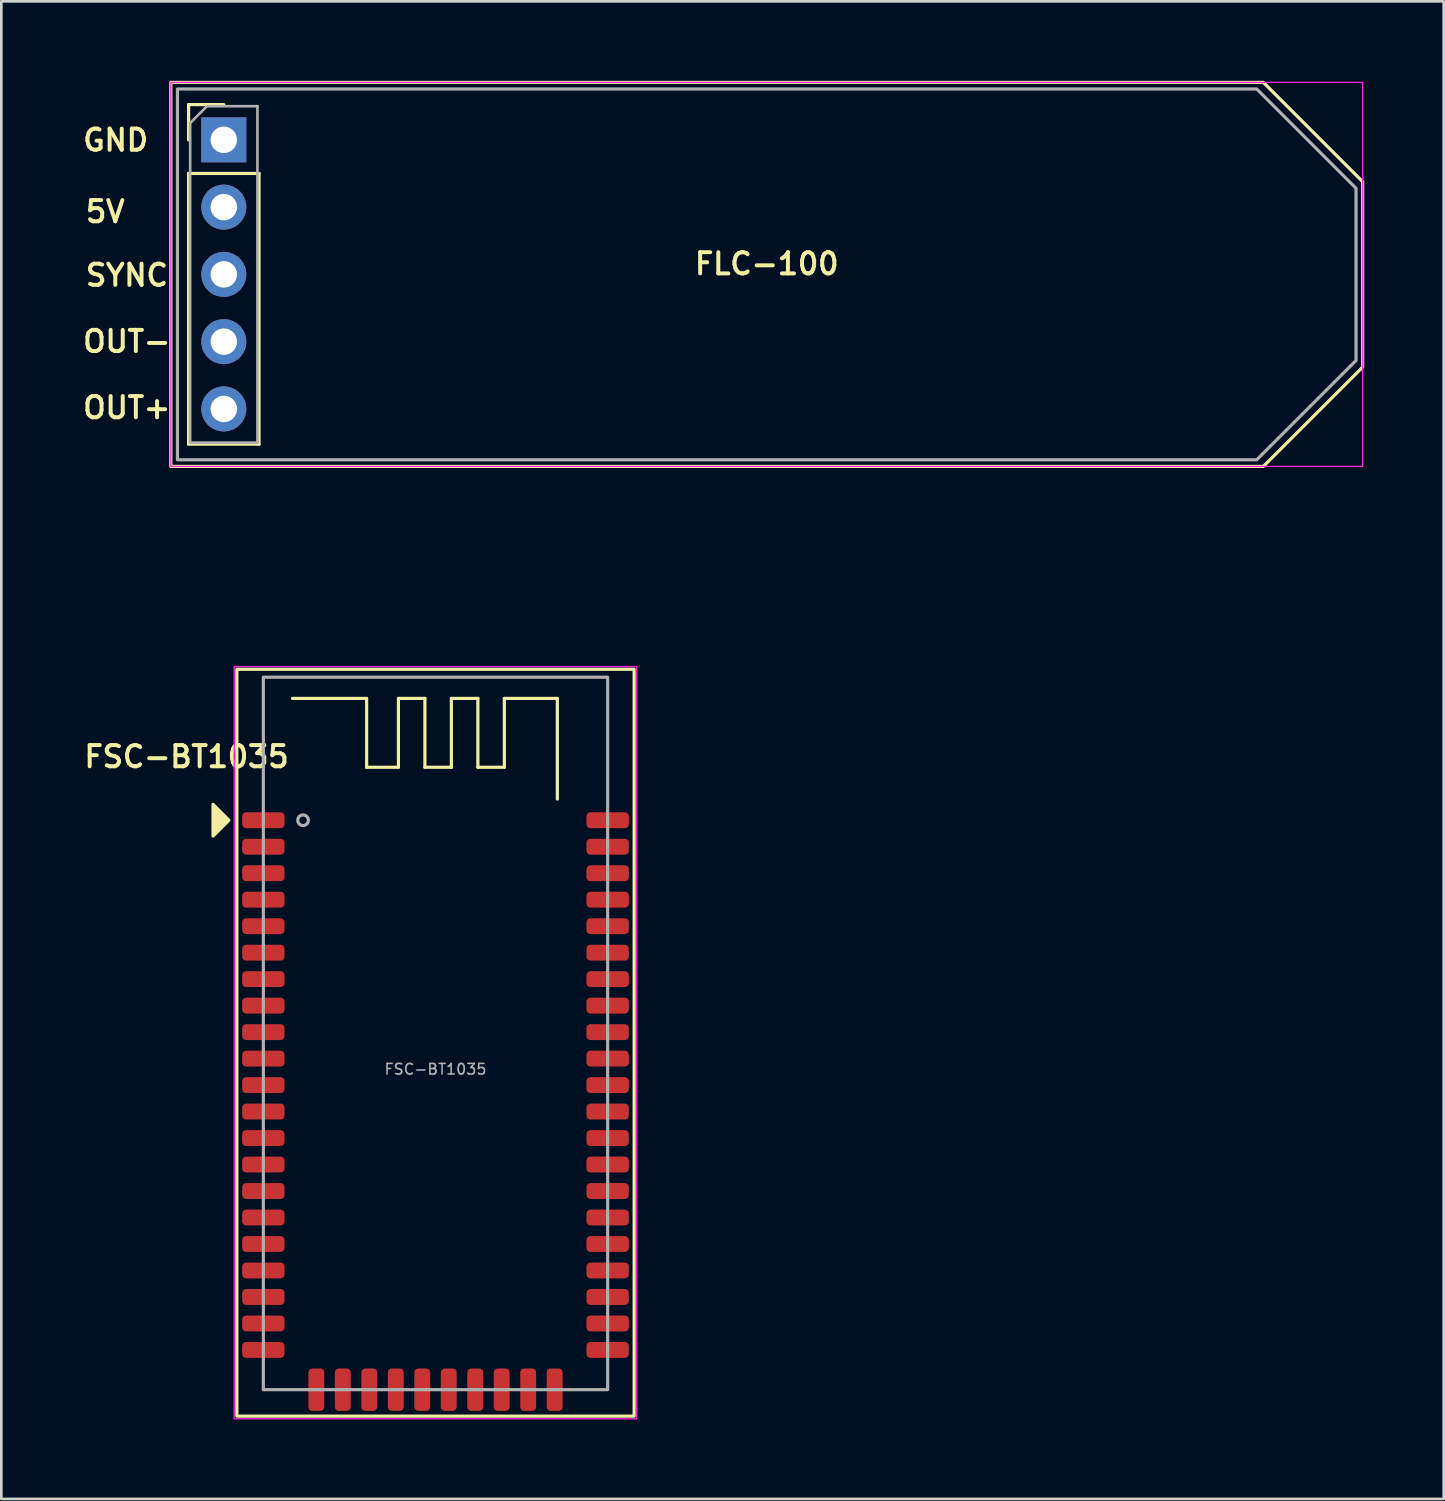
<source format=kicad_pcb>
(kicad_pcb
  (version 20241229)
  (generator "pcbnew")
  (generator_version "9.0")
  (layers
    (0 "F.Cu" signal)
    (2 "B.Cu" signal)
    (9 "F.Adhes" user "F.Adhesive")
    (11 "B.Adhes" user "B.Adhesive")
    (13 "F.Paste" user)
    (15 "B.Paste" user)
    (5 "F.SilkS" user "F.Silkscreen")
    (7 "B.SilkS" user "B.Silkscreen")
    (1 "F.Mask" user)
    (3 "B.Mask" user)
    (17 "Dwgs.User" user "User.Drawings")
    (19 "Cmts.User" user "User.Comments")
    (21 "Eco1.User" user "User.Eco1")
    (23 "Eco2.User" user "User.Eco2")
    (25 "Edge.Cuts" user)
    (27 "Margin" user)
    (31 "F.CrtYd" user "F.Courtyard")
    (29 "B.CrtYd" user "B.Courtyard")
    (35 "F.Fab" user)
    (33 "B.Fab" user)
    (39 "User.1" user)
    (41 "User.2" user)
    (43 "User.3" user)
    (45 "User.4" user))
  (footprint "FSC-BT1035"
    (layer "F.Cu")
    (at 13.393 36.92)
    (property "Reference" "FSC-BT1035" (at -9.4 -11.4 0) (unlocked yes) (layer "F.SilkS") (effects (font (size 0.8 0.8) (thickness 0.15))))
    (attr smd)
    (fp_line (start -2.6 -13.6) (end -5.4 -13.6) (stroke (width 0.12) (type default)) (layer "F.SilkS"))
    (fp_line (start -2.6 -11) (end -2.6 -13.6) (stroke (width 0.12) (type default)) (layer "F.SilkS"))
    (fp_line (start -1.4 -13.6) (end -1.4 -11) (stroke (width 0.12) (type default)) (layer "F.SilkS"))
    (fp_line (start -1.4 -11) (end -2.6 -11) (stroke (width 0.12) (type default)) (layer "F.SilkS"))
    (fp_line (start -0.4 -13.6) (end -1.4 -13.6) (stroke (width 0.12) (type default)) (layer "F.SilkS"))
    (fp_line (start -0.4 -11) (end -0.4 -13.6) (stroke (width 0.12) (type default)) (layer "F.SilkS"))
    (fp_line (start 0.6 -13.6) (end 0.6 -11) (stroke (width 0.12) (type default)) (layer "F.SilkS"))
    (fp_line (start 0.6 -11) (end -0.4 -11) (stroke (width 0.12) (type default)) (layer "F.SilkS"))
    (fp_line (start 1.6 -13.6) (end 0.6 -13.6) (stroke (width 0.12) (type default)) (layer "F.SilkS"))
    (fp_line (start 1.6 -11) (end 1.6 -13.6) (stroke (width 0.12) (type default)) (layer "F.SilkS"))
    (fp_line (start 2.6 -13.6) (end 2.6 -11) (stroke (width 0.12) (type default)) (layer "F.SilkS"))
    (fp_line (start 2.6 -11) (end 1.6 -11) (stroke (width 0.12) (type default)) (layer "F.SilkS"))
    (fp_line (start 4.6 -13.6) (end 2.6 -13.6) (stroke (width 0.12) (type default)) (layer "F.SilkS"))
    (fp_line (start 4.6 -9.8) (end 4.6 -13.6) (stroke (width 0.12) (type default)) (layer "F.SilkS"))
    (fp_rect (start -7.5 -14.7) (end 7.5 13.5) (stroke (width 0.12) (type default)) (fill no) (layer "F.SilkS"))
    (fp_poly (pts (xy -7.8 -9) (xy -8.4 -9.6) (xy -8.4 -8.4)) (stroke (width 0.12) (type solid)) (fill yes) (layer "F.SilkS"))
    (fp_rect (start -7.6 -14.8) (end 7.6 13.6) (stroke (width 0.05) (type default)) (fill no) (layer "F.CrtYd"))
    (fp_rect (start -6.5 -14.4) (end 6.5 12.5) (stroke (width 0.12) (type default)) (fill no) (layer "F.Fab"))
    (fp_circle (center -5 -9) (end -4.8 -9) (stroke (width 0.12) (type solid)) (fill no) (layer "F.Fab"))
    (fp_text user "${REFERENCE}" (at 0 0.4 0) (unlocked yes) (layer "F.Fab") (effects (font (size 0.4 0.4) (thickness 0.06))))
    (pad "1" smd roundrect (at -6.5 -9) (size 1.6 0.6) (layers "F.Cu" "F.Mask" "F.Paste") (roundrect_rratio 0.25))
    (pad "2" smd roundrect (at -6.5 -8) (size 1.6 0.6) (layers "F.Cu" "F.Mask" "F.Paste") (roundrect_rratio 0.25))
    (pad "3" smd roundrect (at -6.5 -7) (size 1.6 0.6) (layers "F.Cu" "F.Mask" "F.Paste") (roundrect_rratio 0.25))
    (pad "4" smd roundrect (at -6.5 -6) (size 1.6 0.6) (layers "F.Cu" "F.Mask" "F.Paste") (roundrect_rratio 0.25))
    (pad "5" smd roundrect (at -6.5 -5) (size 1.6 0.6) (layers "F.Cu" "F.Mask" "F.Paste") (roundrect_rratio 0.25))
    (pad "6" smd roundrect (at -6.5 -4) (size 1.6 0.6) (layers "F.Cu" "F.Mask" "F.Paste") (roundrect_rratio 0.25))
    (pad "7" smd roundrect (at -6.5 -3) (size 1.6 0.6) (layers "F.Cu" "F.Mask" "F.Paste") (roundrect_rratio 0.25))
    (pad "8" smd roundrect (at -6.5 -2) (size 1.6 0.6) (layers "F.Cu" "F.Mask" "F.Paste") (roundrect_rratio 0.25))
    (pad "9" smd roundrect (at -6.5 -1) (size 1.6 0.6) (layers "F.Cu" "F.Mask" "F.Paste") (roundrect_rratio 0.25))
    (pad "10" smd roundrect (at -6.5 0) (size 1.6 0.6) (layers "F.Cu" "F.Mask" "F.Paste") (roundrect_rratio 0.25))
    (pad "11" smd roundrect (at -6.5 1) (size 1.6 0.6) (layers "F.Cu" "F.Mask" "F.Paste") (roundrect_rratio 0.25))
    (pad "12" smd roundrect (at -6.5 2) (size 1.6 0.6) (layers "F.Cu" "F.Mask" "F.Paste") (roundrect_rratio 0.25))
    (pad "13" smd roundrect (at -6.5 3) (size 1.6 0.6) (layers "F.Cu" "F.Mask" "F.Paste") (roundrect_rratio 0.25))
    (pad "14" smd roundrect (at -6.5 4) (size 1.6 0.6) (layers "F.Cu" "F.Mask" "F.Paste") (roundrect_rratio 0.25))
    (pad "15" smd roundrect (at -6.5 5) (size 1.6 0.6) (layers "F.Cu" "F.Mask" "F.Paste") (roundrect_rratio 0.25))
    (pad "16" smd roundrect (at -6.5 6) (size 1.6 0.6) (layers "F.Cu" "F.Mask" "F.Paste") (roundrect_rratio 0.25))
    (pad "17" smd roundrect (at -6.5 7) (size 1.6 0.6) (layers "F.Cu" "F.Mask" "F.Paste") (roundrect_rratio 0.25))
    (pad "18" smd roundrect (at -6.5 8) (size 1.6 0.6) (layers "F.Cu" "F.Mask" "F.Paste") (roundrect_rratio 0.25))
    (pad "19" smd roundrect (at -6.5 9) (size 1.6 0.6) (layers "F.Cu" "F.Mask" "F.Paste") (roundrect_rratio 0.25))
    (pad "20" smd roundrect (at -6.5 10) (size 1.6 0.6) (layers "F.Cu" "F.Mask" "F.Paste") (roundrect_rratio 0.25))
    (pad "21" smd roundrect (at -6.5 11) (size 1.6 0.6) (layers "F.Cu" "F.Mask" "F.Paste") (roundrect_rratio 0.25))
    (pad "22" smd roundrect (at -4.5 12.5 90) (size 1.6 0.6) (layers "F.Cu" "F.Mask" "F.Paste") (roundrect_rratio 0.25))
    (pad "23" smd roundrect (at -3.5 12.5 90) (size 1.6 0.6) (layers "F.Cu" "F.Mask" "F.Paste") (roundrect_rratio 0.25))
    (pad "24" smd roundrect (at -2.5 12.5 90) (size 1.6 0.6) (layers "F.Cu" "F.Mask" "F.Paste") (roundrect_rratio 0.25))
    (pad "25" smd roundrect (at -1.5 12.5 90) (size 1.6 0.6) (layers "F.Cu" "F.Mask" "F.Paste") (roundrect_rratio 0.25))
    (pad "26" smd roundrect (at -0.5 12.5 90) (size 1.6 0.6) (layers "F.Cu" "F.Mask" "F.Paste") (roundrect_rratio 0.25))
    (pad "27" smd roundrect (at 0.5 12.5 90) (size 1.6 0.6) (layers "F.Cu" "F.Mask" "F.Paste") (roundrect_rratio 0.25))
    (pad "28" smd roundrect (at 1.5 12.5 90) (size 1.6 0.6) (layers "F.Cu" "F.Mask" "F.Paste") (roundrect_rratio 0.25))
    (pad "29" smd roundrect (at 2.5 12.5 90) (size 1.6 0.6) (layers "F.Cu" "F.Mask" "F.Paste") (roundrect_rratio 0.25))
    (pad "30" smd roundrect (at 3.5 12.5 90) (size 1.6 0.6) (layers "F.Cu" "F.Mask" "F.Paste") (roundrect_rratio 0.25))
    (pad "31" smd roundrect (at 4.5 12.5 90) (size 1.6 0.6) (layers "F.Cu" "F.Mask" "F.Paste") (roundrect_rratio 0.25))
    (pad "32" smd roundrect (at 6.5 11 180) (size 1.6 0.6) (layers "F.Cu" "F.Mask" "F.Paste") (roundrect_rratio 0.25))
    (pad "33" smd roundrect (at 6.5 10 180) (size 1.6 0.6) (layers "F.Cu" "F.Mask" "F.Paste") (roundrect_rratio 0.25))
    (pad "34" smd roundrect (at 6.5 9 180) (size 1.6 0.6) (layers "F.Cu" "F.Mask" "F.Paste") (roundrect_rratio 0.25))
    (pad "35" smd roundrect (at 6.5 8 180) (size 1.6 0.6) (layers "F.Cu" "F.Mask" "F.Paste") (roundrect_rratio 0.25))
    (pad "36" smd roundrect (at 6.5 7 180) (size 1.6 0.6) (layers "F.Cu" "F.Mask" "F.Paste") (roundrect_rratio 0.25))
    (pad "37" smd roundrect (at 6.5 6 180) (size 1.6 0.6) (layers "F.Cu" "F.Mask" "F.Paste") (roundrect_rratio 0.25))
    (pad "38" smd roundrect (at 6.5 5 180) (size 1.6 0.6) (layers "F.Cu" "F.Mask" "F.Paste") (roundrect_rratio 0.25))
    (pad "39" smd roundrect (at 6.5 4 180) (size 1.6 0.6) (layers "F.Cu" "F.Mask" "F.Paste") (roundrect_rratio 0.25))
    (pad "40" smd roundrect (at 6.5 3 180) (size 1.6 0.6) (layers "F.Cu" "F.Mask" "F.Paste") (roundrect_rratio 0.25))
    (pad "41" smd roundrect (at 6.5 2 180) (size 1.6 0.6) (layers "F.Cu" "F.Mask" "F.Paste") (roundrect_rratio 0.25))
    (pad "42" smd roundrect (at 6.5 1 180) (size 1.6 0.6) (layers "F.Cu" "F.Mask" "F.Paste") (roundrect_rratio 0.25))
    (pad "43" smd roundrect (at 6.5 0 180) (size 1.6 0.6) (layers "F.Cu" "F.Mask" "F.Paste") (roundrect_rratio 0.25))
    (pad "44" smd roundrect (at 6.5 -1 180) (size 1.6 0.6) (layers "F.Cu" "F.Mask" "F.Paste") (roundrect_rratio 0.25))
    (pad "45" smd roundrect (at 6.5 -2 180) (size 1.6 0.6) (layers "F.Cu" "F.Mask" "F.Paste") (roundrect_rratio 0.25))
    (pad "46" smd roundrect (at 6.5 -3 180) (size 1.6 0.6) (layers "F.Cu" "F.Mask" "F.Paste") (roundrect_rratio 0.25))
    (pad "47" smd roundrect (at 6.5 -4 180) (size 1.6 0.6) (layers "F.Cu" "F.Mask" "F.Paste") (roundrect_rratio 0.25))
    (pad "48" smd roundrect (at 6.5 -5 180) (size 1.6 0.6) (layers "F.Cu" "F.Mask" "F.Paste") (roundrect_rratio 0.25))
    (pad "49" smd roundrect (at 6.5 -6 180) (size 1.6 0.6) (layers "F.Cu" "F.Mask" "F.Paste") (roundrect_rratio 0.25))
    (pad "50" smd roundrect (at 6.5 -7 180) (size 1.6 0.6) (layers "F.Cu" "F.Mask" "F.Paste") (roundrect_rratio 0.25))
    (pad "51" smd roundrect (at 6.5 -8 180) (size 1.6 0.6) (layers "F.Cu" "F.Mask" "F.Paste") (roundrect_rratio 0.25))
    (pad "52" smd roundrect (at 6.5 -9 180) (size 1.6 0.6) (layers "F.Cu" "F.Mask" "F.Paste") (roundrect_rratio 0.25))
    (zone (net_name "") (layers "F.Cu" "B.Cu") (name "Antenna") (hatch edge 0.5) (connect_pads) (min_thickness 0.25) (filled_areas_thickness no) (keepout (tracks not_allowed) (vias not_allowed) (pads not_allowed) (copperpour not_allowed) (footprints not_allowed)) (placement (enabled no)) (fill) (polygon (pts (xy 24.893 27.62) (xy 24.893 17.62) (xy 1.893 17.62) (xy 1.893 27.62)))))
  (footprint "FLC-100"
    (layer "F.Cu")
    (at 25.9 7.31)
    (property "Reference" "FLC-100" (at 0 -0.4 0) (unlocked yes) (layer "F.SilkS") (effects (font (size 0.8 0.8) (thickness 0.15))))
    (attr through_hole)
    (fp_line (start -21.83 -6.41) (end -20.5 -6.41) (stroke (width 0.12) (type solid)) (layer "F.SilkS"))
    (fp_line (start -21.83 -5.08) (end -21.83 -6.41) (stroke (width 0.12) (type solid)) (layer "F.SilkS"))
    (fp_line (start -21.83 -3.81) (end -21.83 6.41) (stroke (width 0.12) (type solid)) (layer "F.SilkS"))
    (fp_line (start -21.83 -3.81) (end -19.17 -3.81) (stroke (width 0.12) (type solid)) (layer "F.SilkS"))
    (fp_line (start -21.83 6.41) (end -19.17 6.41) (stroke (width 0.12) (type solid)) (layer "F.SilkS"))
    (fp_line (start -19.17 -3.81) (end -19.17 6.41) (stroke (width 0.12) (type solid)) (layer "F.SilkS"))
    (fp_poly (pts (xy -22.5 -7.25) (xy -22.5 7.25) (xy 18.75 7.25) (xy 22.5 3.5) (xy 22.5 -3.5) (xy 18.75 -7.25)) (stroke (width 0.12) (type solid)) (fill no) (layer "F.SilkS"))
    (fp_rect (start -22.5 -7.25) (end 22.5 7.25) (stroke (width 0.05) (type default)) (fill no) (layer "F.CrtYd"))
    (fp_line (start -21.77 -5.715) (end -21.135 -6.35) (stroke (width 0.1) (type solid)) (layer "F.Fab"))
    (fp_line (start -21.77 6.35) (end -21.77 -5.715) (stroke (width 0.1) (type solid)) (layer "F.Fab"))
    (fp_line (start -21.135 -6.35) (end -19.23 -6.35) (stroke (width 0.1) (type solid)) (layer "F.Fab"))
    (fp_line (start -19.23 -6.35) (end -19.23 6.35) (stroke (width 0.1) (type solid)) (layer "F.Fab"))
    (fp_line (start -19.23 6.35) (end -21.77 6.35) (stroke (width 0.1) (type solid)) (layer "F.Fab"))
    (fp_poly (pts (xy -22.25 -7) (xy -22.25 7) (xy 18.5 7) (xy 22.25 3.25) (xy 22.25 -3.25) (xy 18.5 -7)) (stroke (width 0.12) (type solid)) (fill no) (layer "F.Fab"))
    (fp_text user "GND" (at -25.9 -4.6 0) (unlocked yes) (layer "F.SilkS") (effects (font (size 0.8 0.8) (thickness 0.15) (bold yes)) (justify left bottom)))
    (fp_text user "OUT-" (at -25.9 3 0) (unlocked yes) (layer "F.SilkS") (effects (font (size 0.8 0.8) (thickness 0.15) (bold yes)) (justify left bottom)))
    (fp_text user "5V" (at -25.8 -1.9 0) (unlocked yes) (layer "F.SilkS") (effects (font (size 0.8 0.8) (thickness 0.15) (bold yes)) (justify left bottom)))
    (fp_text user "OUT+" (at -25.9 5.5 0) (unlocked yes) (layer "F.SilkS") (effects (font (size 0.8 0.8) (thickness 0.15) (bold yes)) (justify left bottom)))
    (fp_text user "SYNC" (at -25.8 0.5 0) (unlocked yes) (layer "F.SilkS") (effects (font (size 0.8 0.8) (thickness 0.15) (bold yes)) (justify left bottom)))
    (pad "1" thru_hole rect (at -20.5 -5.08) (size 1.7 1.7) (drill 1) (layers "*.Cu" "*.Mask"))
    (pad "2" thru_hole oval (at -20.5 -2.54) (size 1.7 1.7) (drill 1) (layers "*.Cu" "*.Mask"))
    (pad "3" thru_hole oval (at -20.5 0) (size 1.7 1.7) (drill 1) (layers "*.Cu" "*.Mask"))
    (pad "4" thru_hole oval (at -20.5 2.54) (size 1.7 1.7) (drill 1) (layers "*.Cu" "*.Mask"))
    (pad "5" thru_hole oval (at -20.5 5.08) (size 1.7 1.7) (drill 1) (layers "*.Cu" "*.Mask")))
  (gr_rect
    (start -3 -3)
    (end 51.46 53.545)
    (stroke (width 0.1) (type default))
    (fill no)
    (layer "Edge.Cuts")))
</source>
